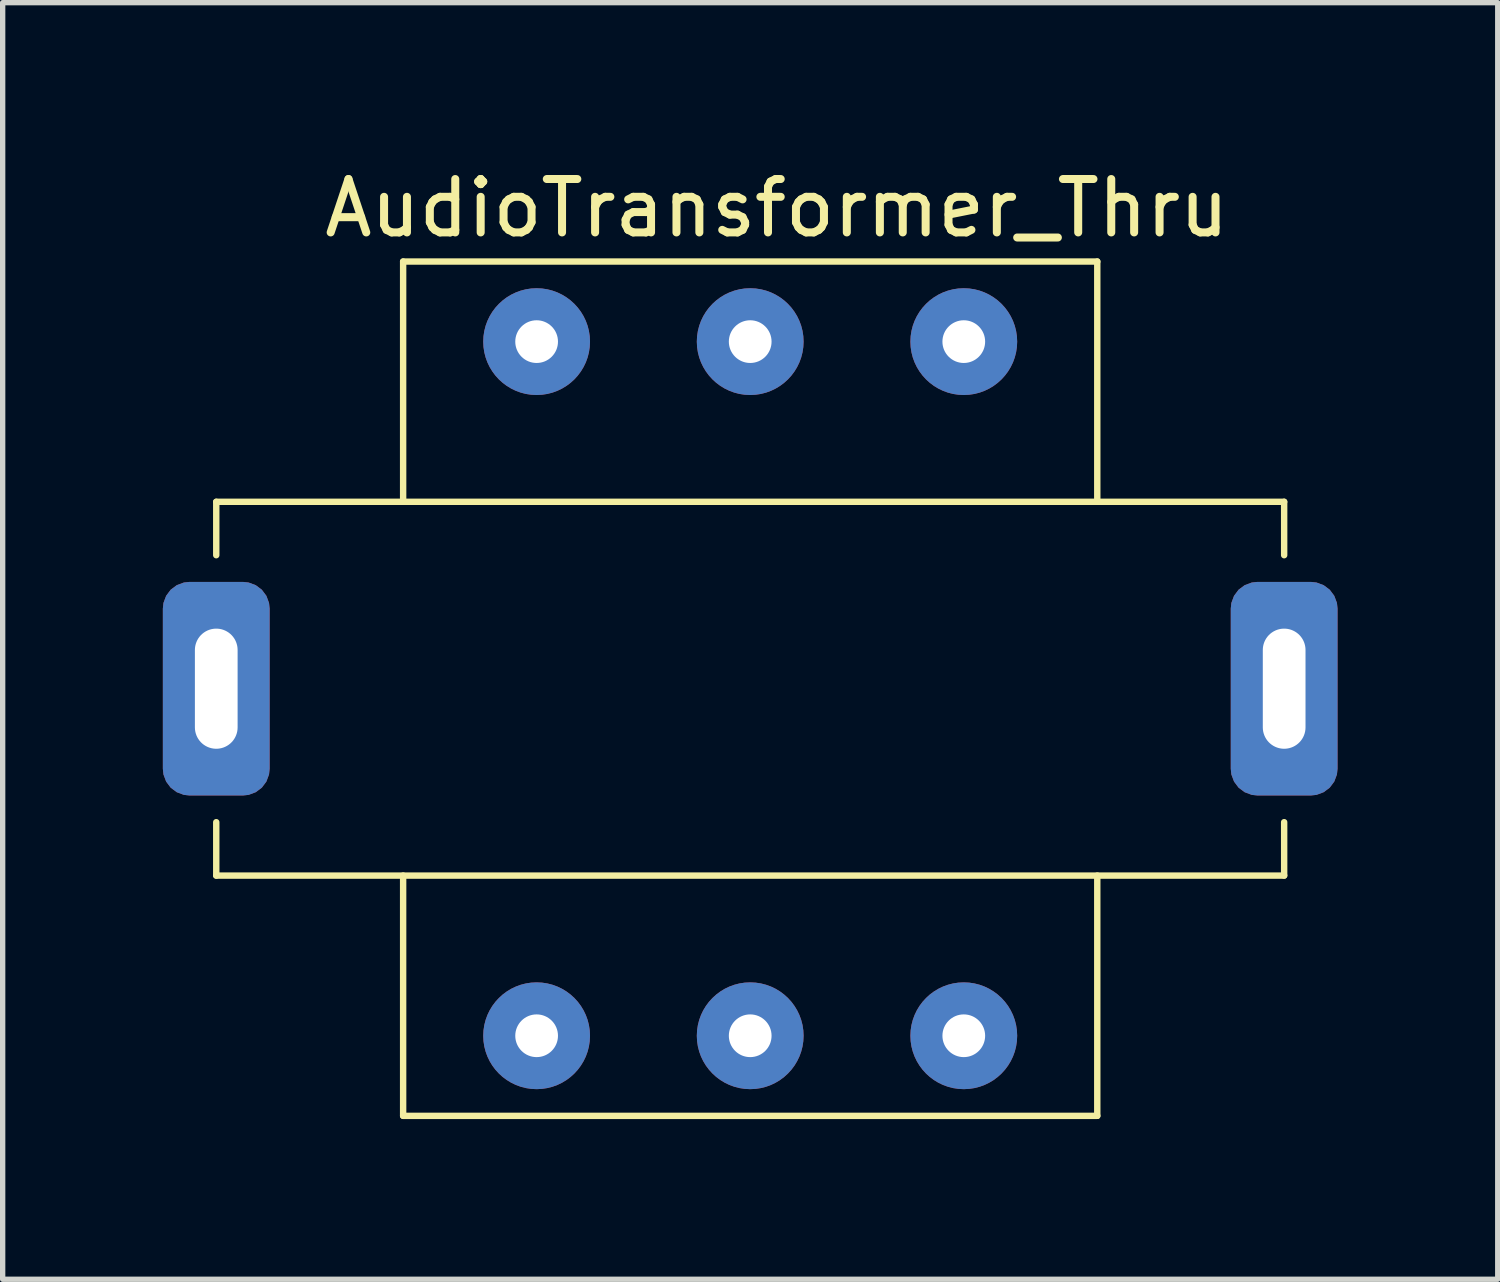
<source format=kicad_pcb>
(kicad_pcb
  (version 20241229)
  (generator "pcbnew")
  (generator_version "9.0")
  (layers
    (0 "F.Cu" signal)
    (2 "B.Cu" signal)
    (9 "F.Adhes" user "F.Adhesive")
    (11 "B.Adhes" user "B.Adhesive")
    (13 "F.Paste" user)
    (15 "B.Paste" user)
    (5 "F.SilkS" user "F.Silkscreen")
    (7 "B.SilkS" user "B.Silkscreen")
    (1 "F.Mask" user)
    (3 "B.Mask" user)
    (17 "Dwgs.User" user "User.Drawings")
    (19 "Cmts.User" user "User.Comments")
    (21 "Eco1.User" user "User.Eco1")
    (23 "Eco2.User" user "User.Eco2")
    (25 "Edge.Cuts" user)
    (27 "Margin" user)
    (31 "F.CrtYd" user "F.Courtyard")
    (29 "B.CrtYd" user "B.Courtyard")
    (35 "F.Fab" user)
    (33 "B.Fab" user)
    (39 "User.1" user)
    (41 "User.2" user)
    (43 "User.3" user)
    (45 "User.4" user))
  (footprint "AudioTransformer_Thru"
    (layer "F.Cu")
    (at 11 9.848)
    (property "Reference" "AudioTransformer_Thru" (at 0.5 -9 0) (unlocked yes) (layer "F.SilkS") (effects (font (size 1 1) (thickness 0.15))))
    (attr smd)
    (fp_line (start -10 -3.5) (end -10 -2.5) (stroke (width 0.12) (type solid)) (layer "F.SilkS"))
    (fp_line (start -10 -3.5) (end 10 -3.5) (stroke (width 0.12) (type solid)) (layer "F.SilkS"))
    (fp_line (start -10 2.5) (end -10 3.5) (stroke (width 0.12) (type solid)) (layer "F.SilkS"))
    (fp_line (start -10 3.5) (end 10 3.5) (stroke (width 0.12) (type solid)) (layer "F.SilkS"))
    (fp_line (start -6.5 -8) (end 6.5 -8) (stroke (width 0.12) (type solid)) (layer "F.SilkS"))
    (fp_line (start -6.5 -3.5) (end -6.5 -8) (stroke (width 0.12) (type solid)) (layer "F.SilkS"))
    (fp_line (start -6.5 3.5) (end -6.5 8) (stroke (width 0.12) (type solid)) (layer "F.SilkS"))
    (fp_line (start -6.5 8) (end 6.5 8) (stroke (width 0.12) (type solid)) (layer "F.SilkS"))
    (fp_line (start 6.5 -8) (end 6.5 -3.5) (stroke (width 0.12) (type solid)) (layer "F.SilkS"))
    (fp_line (start 6.5 8) (end 6.5 3.5) (stroke (width 0.12) (type solid)) (layer "F.SilkS"))
    (fp_line (start 10 -3.5) (end 10 -2.5) (stroke (width 0.12) (type solid)) (layer "F.SilkS"))
    (fp_line (start 10 3.5) (end 10 2.5) (stroke (width 0.12) (type solid)) (layer "F.SilkS"))
    (pad "1" thru_hole circle (at -4 6.5) (size 2 2) (drill 0.8) (layers "*.Cu" "*.Mask"))
    (pad "2" thru_hole circle (at 0 6.5) (size 2 2) (drill 0.8) (layers "*.Cu" "*.Mask"))
    (pad "3" thru_hole circle (at 4 6.5) (size 2 2) (drill 0.8) (layers "*.Cu" "*.Mask"))
    (pad "4" thru_hole circle (at 4 -6.5) (size 2 2) (drill 0.8) (layers "*.Cu" "*.Mask"))
    (pad "5" thru_hole circle (at 0 -6.5) (size 2 2) (drill 0.8) (layers "*.Cu" "*.Mask"))
    (pad "6" thru_hole circle (at -4 -6.5) (size 2 2) (drill 0.8) (layers "*.Cu" "*.Mask"))
    (pad "7" thru_hole roundrect (at -10 0) (size 2 4) (drill oval 0.8 2.25) (layers "*.Cu" "*.Mask") (roundrect_rratio 0.25))
    (pad "7" thru_hole roundrect (at 10 0) (size 2 4) (drill oval 0.8 2.25) (layers "*.Cu" "*.Mask") (roundrect_rratio 0.25)))
  (gr_rect
    (start -3 -3)
    (end 25 20.908)
    (stroke (width 0.1) (type default))
    (fill no)
    (layer "Edge.Cuts")))
</source>
